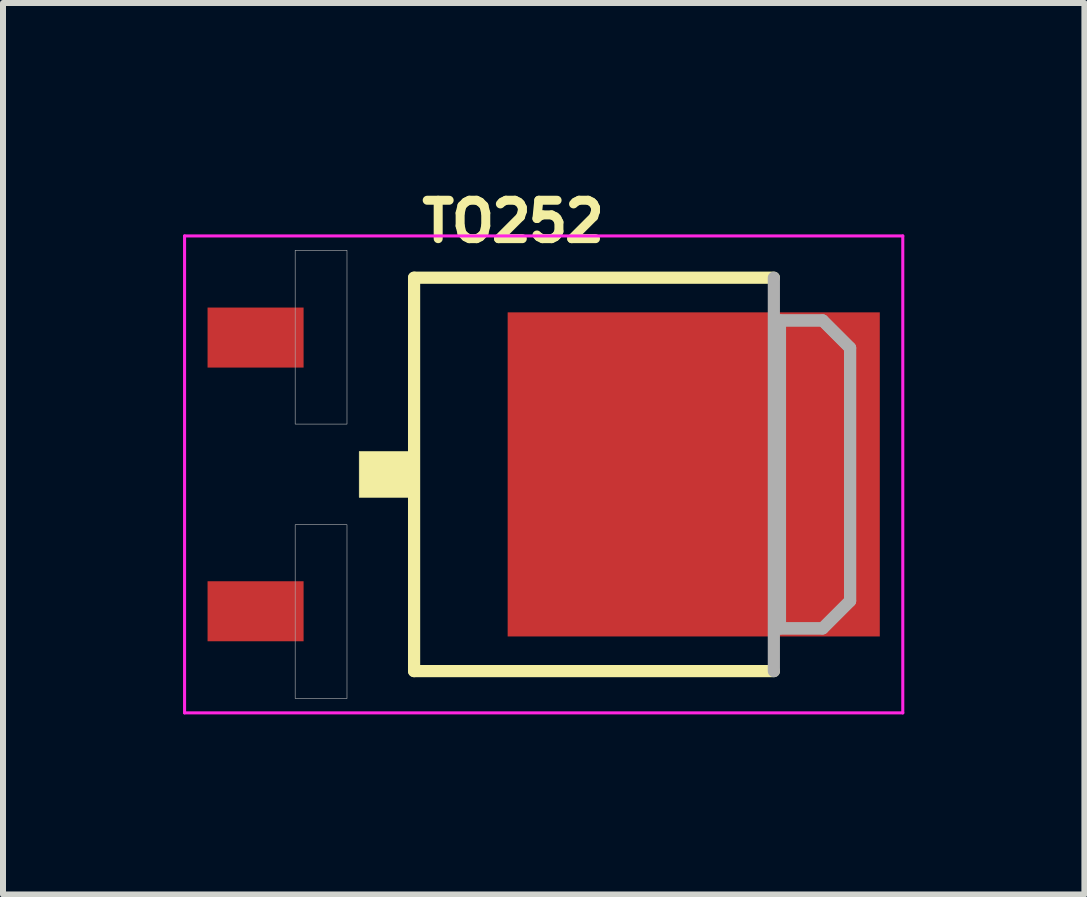
<source format=kicad_pcb>
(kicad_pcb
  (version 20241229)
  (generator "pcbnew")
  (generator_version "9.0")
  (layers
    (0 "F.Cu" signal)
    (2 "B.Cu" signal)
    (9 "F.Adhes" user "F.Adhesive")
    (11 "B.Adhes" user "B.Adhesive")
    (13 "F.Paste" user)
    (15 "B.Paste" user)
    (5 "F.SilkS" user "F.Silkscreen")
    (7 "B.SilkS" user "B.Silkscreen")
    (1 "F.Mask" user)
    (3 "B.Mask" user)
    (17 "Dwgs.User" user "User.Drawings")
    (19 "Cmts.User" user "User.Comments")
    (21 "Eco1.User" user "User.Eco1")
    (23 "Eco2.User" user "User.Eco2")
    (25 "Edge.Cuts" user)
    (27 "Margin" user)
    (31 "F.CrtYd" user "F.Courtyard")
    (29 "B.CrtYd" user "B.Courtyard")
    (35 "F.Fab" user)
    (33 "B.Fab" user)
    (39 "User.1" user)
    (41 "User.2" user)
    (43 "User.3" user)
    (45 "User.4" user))
  (footprint "TO252"
    (layer "F.Cu")
    (at 6.643 4.854)
    (property "Reference" "TO252" (at -1.143 -4.216 0) (layer "F.SilkS") (effects (font (size 0.64 0.64) (thickness 0.15))))
    (attr smd)
    (fp_line (start -2.794 -3.277) (end 3.2 -3.277) (stroke (width 0.203) (type solid)) (layer "F.SilkS"))
    (fp_line (start -2.794 3.277) (end -2.794 -3.277) (stroke (width 0.203) (type solid)) (layer "F.SilkS"))
    (fp_line (start 3.2 3.277) (end -2.794 3.277) (stroke (width 0.203) (type solid)) (layer "F.SilkS"))
    (fp_poly (pts (xy -3.708 -0.381) (xy -2.845 -0.381) (xy -2.845 0.381) (xy -3.708 0.381)) (stroke (width 0.01) (type solid)) (fill yes) (layer "F.SilkS"))
    (fp_line (start -6.618 -3.973) (end 5.348 -3.973) (stroke (width 0.051) (type solid)) (layer "F.CrtYd"))
    (fp_line (start -6.618 3.973) (end -6.618 -3.973) (stroke (width 0.051) (type solid)) (layer "F.CrtYd"))
    (fp_line (start 5.348 -3.973) (end 5.348 3.973) (stroke (width 0.051) (type solid)) (layer "F.CrtYd"))
    (fp_line (start 5.348 3.973) (end -6.618 3.973) (stroke (width 0.051) (type solid)) (layer "F.CrtYd"))
    (fp_line (start 3.2 -3.277) (end 3.2 3.277) (stroke (width 0.203) (type solid)) (layer "F.Fab"))
    (fp_line (start 3.302 -2.565) (end 4.013 -2.565) (stroke (width 0.203) (type solid)) (layer "F.Fab"))
    (fp_line (start 3.302 2.565) (end 3.302 -2.565) (stroke (width 0.203) (type solid)) (layer "F.Fab"))
    (fp_line (start 4.013 -2.565) (end 4.47 -2.108) (stroke (width 0.203) (type solid)) (layer "F.Fab"))
    (fp_line (start 4.013 2.565) (end 3.302 2.565) (stroke (width 0.203) (type solid)) (layer "F.Fab"))
    (fp_line (start 4.47 -2.108) (end 4.47 2.108) (stroke (width 0.203) (type solid)) (layer "F.Fab"))
    (fp_line (start 4.47 2.108) (end 4.013 2.565) (stroke (width 0.203) (type solid)) (layer "F.Fab"))
    (fp_poly (pts (xy -4.775 -3.734) (xy -3.912 -3.734) (xy -3.912 -0.838) (xy -4.775 -0.838)) (stroke (width 0.01) (type solid)) (fill no) (layer "F.Fab"))
    (fp_poly (pts (xy -4.775 0.838) (xy -3.912 0.838) (xy -3.912 3.734) (xy -4.775 3.734)) (stroke (width 0.01) (type solid)) (fill no) (layer "F.Fab"))
    (fp_poly (pts (xy 3.302 -2.565) (xy 4.013 -2.565) (xy 4.47 -2.108) (xy 4.47 2.108) (xy 4.013 2.565) (xy 3.302 2.565)) (stroke (width 0.2) (type solid)) (fill no) (layer "F.Fab"))
    (pad "1" smd rect (at -5.435 -2.28 270) (size 1 1.6) (layers "F.Cu" "F.Mask" "F.Paste"))
    (pad "2" smd rect (at -5.435 2.28 270) (size 1 1.6) (layers "F.Cu" "F.Mask" "F.Paste"))
    (pad "3" smd rect (at 1.865 0 270) (size 5.4 6.2) (layers "F.Cu" "F.Mask" "F.Paste")))
  (gr_rect
    (start -3 -3)
    (end 15.017 11.852)
    (stroke (width 0.1) (type default))
    (fill no)
    (layer "Edge.Cuts")))
</source>
